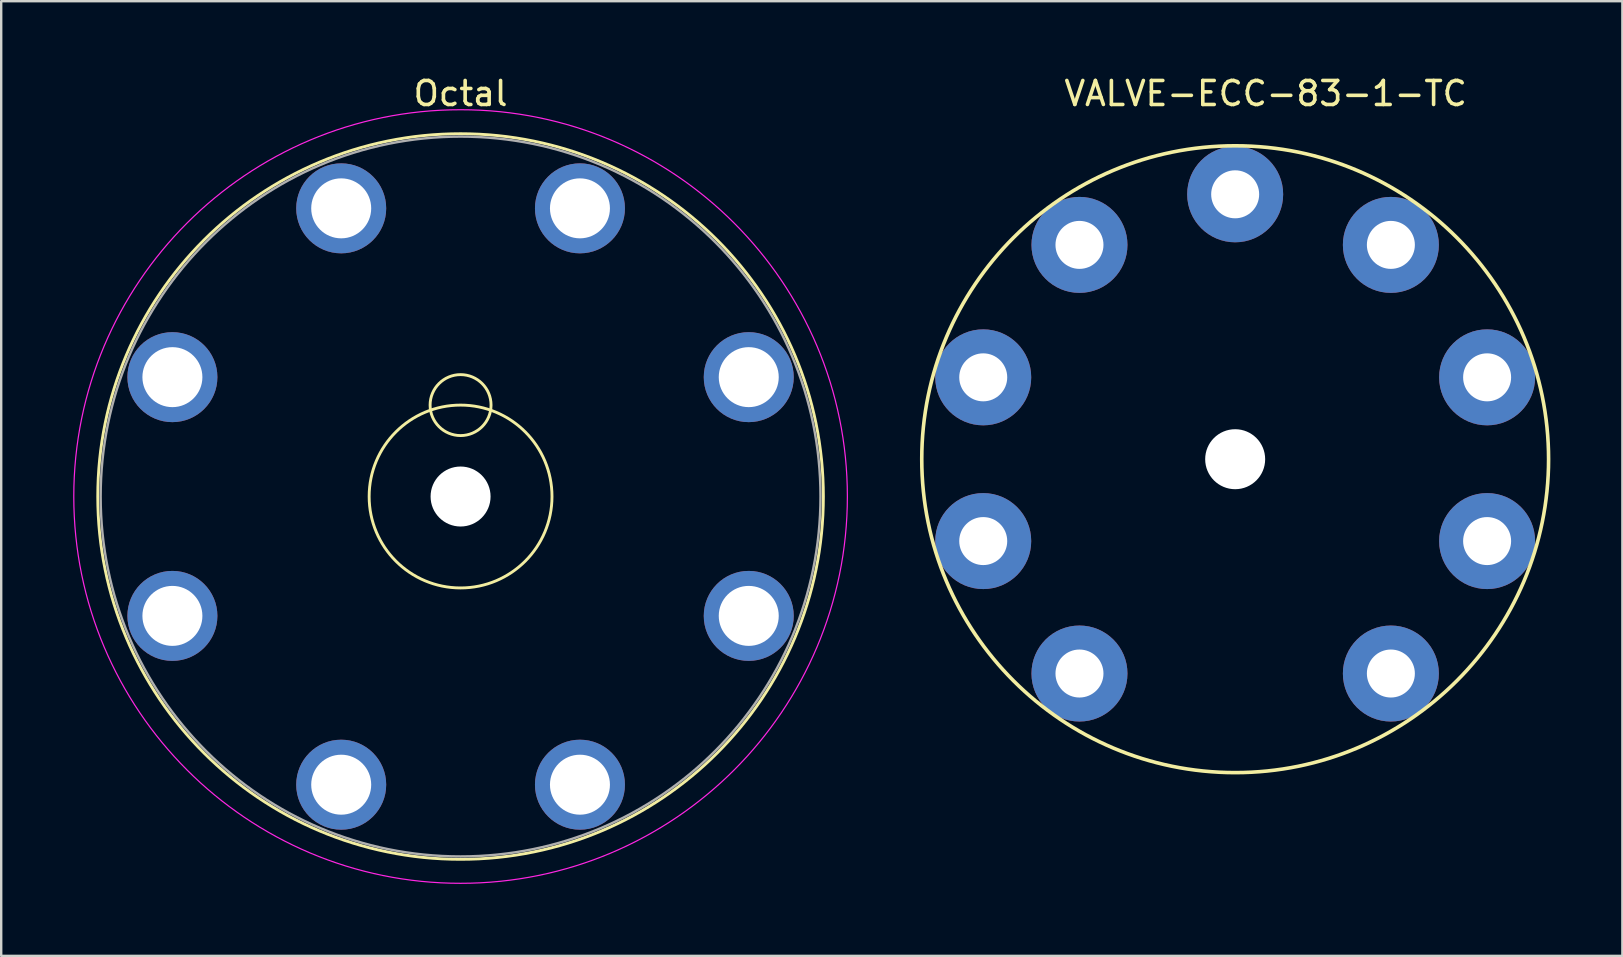
<source format=kicad_pcb>
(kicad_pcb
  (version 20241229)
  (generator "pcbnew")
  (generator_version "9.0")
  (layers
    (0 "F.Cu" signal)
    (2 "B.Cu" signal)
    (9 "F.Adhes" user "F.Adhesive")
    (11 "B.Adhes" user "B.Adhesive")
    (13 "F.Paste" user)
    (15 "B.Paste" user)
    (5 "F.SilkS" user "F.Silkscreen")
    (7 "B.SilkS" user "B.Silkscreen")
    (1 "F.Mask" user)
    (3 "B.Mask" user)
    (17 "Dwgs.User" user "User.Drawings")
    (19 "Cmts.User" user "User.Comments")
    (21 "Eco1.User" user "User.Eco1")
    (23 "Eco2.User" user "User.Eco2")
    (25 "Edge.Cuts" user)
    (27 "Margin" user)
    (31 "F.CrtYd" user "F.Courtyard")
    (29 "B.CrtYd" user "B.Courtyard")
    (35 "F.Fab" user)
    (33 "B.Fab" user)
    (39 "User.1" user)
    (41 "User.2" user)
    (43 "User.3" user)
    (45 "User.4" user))
  (footprint "VALVE-ECC-83-1-TC"
    (layer "F.Cu")
    (at 48.427 16.088)
    (property "Reference" "VALVE-ECC-83-1-TC" (at 1.27 -15.24 0) (layer "F.SilkS") (effects (font (size 1 1) (thickness 0.15))))
    (attr through_hole)
    (fp_circle (center 0 0) (end 13 1.27) (stroke (width 0.15) (type solid)) (fill no) (layer "F.SilkS"))
    (pad "" np_thru_hole circle (at 0 0) (size 2.5 2.5) (drill 2.5) (layers "*.Cu" "*.Mask"))
    (pad "1" thru_hole circle (at 6.489 8.932) (size 4 4) (drill 2) (layers "*.Cu" "*.Mask"))
    (pad "2" thru_hole circle (at 10.5 3.412) (size 4 4) (drill 2) (layers "*.Cu" "*.Mask"))
    (pad "3" thru_hole circle (at 10.5 -3.412) (size 4 4) (drill 2) (layers "*.Cu" "*.Mask"))
    (pad "4" thru_hole circle (at 6.489 -8.932) (size 4 4) (drill 2) (layers "*.Cu" "*.Mask"))
    (pad "5" thru_hole circle (at 0 -11.04) (size 4 4) (drill 2) (layers "*.Cu" "*.Mask"))
    (pad "6" thru_hole circle (at -6.489 -8.932) (size 4 4) (drill 2) (layers "*.Cu" "*.Mask"))
    (pad "7" thru_hole circle (at -10.5 -3.412) (size 4 4) (drill 2) (layers "*.Cu" "*.Mask"))
    (pad "8" thru_hole circle (at -10.5 3.412) (size 4 4) (drill 2) (layers "*.Cu" "*.Mask"))
    (pad "9" thru_hole circle (at -6.489 8.932) (size 4 4) (drill 2) (layers "*.Cu" "*.Mask")))
  (footprint "Octal"
    (layer "F.Cu")
    (at 16.145 17.643)
    (property "Reference" "Octal" (at 0 -16.795 0) (layer "F.SilkS") (effects (font (size 1 1) (thickness 0.15))))
    (attr through_hole)
    (fp_circle (center 0 -3.81) (end 1.27 -3.81) (stroke (width 0.12) (type solid)) (fill no) (layer "F.SilkS"))
    (fp_circle (center 0 0) (end 0 15.12) (stroke (width 0.12) (type solid)) (fill no) (layer "F.SilkS"))
    (fp_circle (center 0 0) (end 3.81 0) (stroke (width 0.12) (type solid)) (fill no) (layer "F.SilkS"))
    (fp_circle (center 0 0) (end 0 16.12) (stroke (width 0.05) (type solid)) (fill no) (layer "F.CrtYd"))
    (fp_circle (center 0 0) (end 0 15) (stroke (width 0.1) (type solid)) (fill no) (layer "F.Fab"))
    (pad "" np_thru_hole circle (at 0 0) (size 2.5 2.5) (drill 2.5) (layers "*.Cu" "*.Mask"))
    (pad "1" thru_hole oval (at -4.975 -12.01) (size 3.75 3.75) (drill 2.5) (layers "*.Cu" "*.Mask"))
    (pad "2" thru_hole oval (at -12.01 -4.975) (size 3.75 3.75) (drill 2.5) (layers "*.Cu" "*.Mask"))
    (pad "3" thru_hole oval (at -12.01 4.975) (size 3.75 3.75) (drill 2.5) (layers "*.Cu" "*.Mask"))
    (pad "4" thru_hole oval (at -4.975 12.01) (size 3.75 3.75) (drill 2.5) (layers "*.Cu" "*.Mask"))
    (pad "5" thru_hole oval (at 4.975 12.01) (size 3.75 3.75) (drill 2.5) (layers "*.Cu" "*.Mask"))
    (pad "6" thru_hole oval (at 12.01 4.975) (size 3.75 3.75) (drill 2.5) (layers "*.Cu" "*.Mask"))
    (pad "7" thru_hole oval (at 12.01 -4.975) (size 3.75 3.75) (drill 2.5) (layers "*.Cu" "*.Mask"))
    (pad "8" thru_hole oval (at 4.975 -12.01) (size 3.75 3.75) (drill 2.5) (layers "*.Cu" "*.Mask")))
  (gr_rect
    (start -3 -3)
    (end 64.564 36.788)
    (stroke (width 0.1) (type default))
    (fill no)
    (layer "Edge.Cuts")))
</source>
